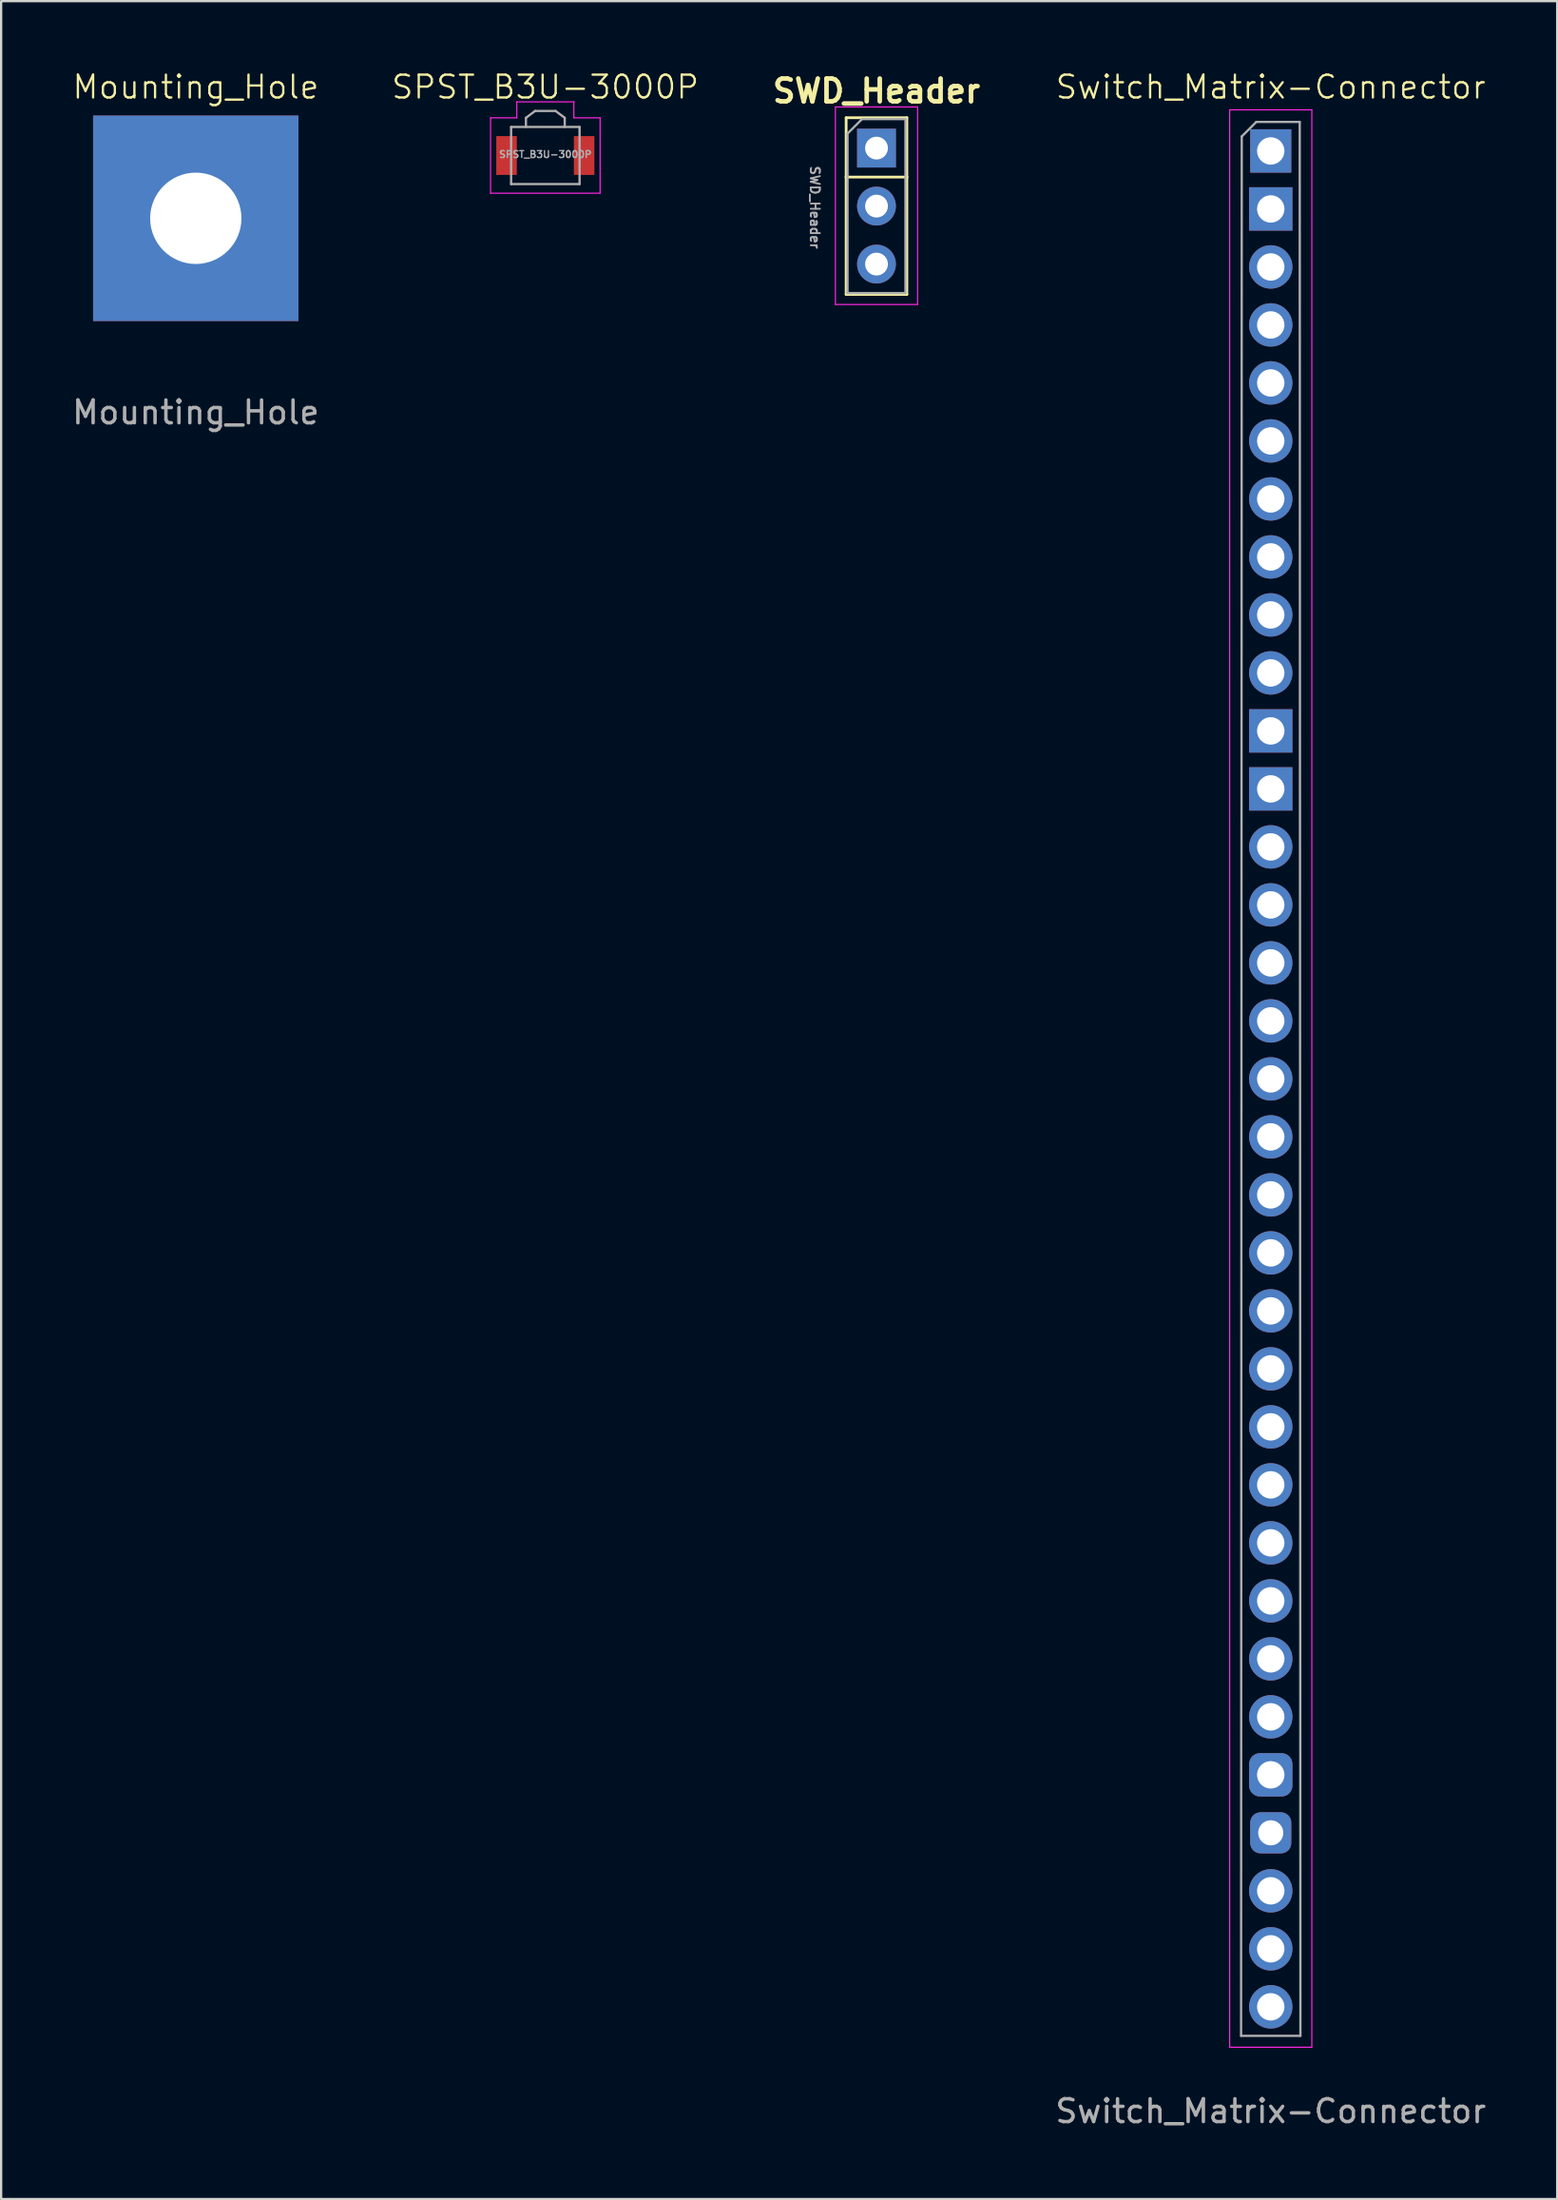
<source format=kicad_pcb>
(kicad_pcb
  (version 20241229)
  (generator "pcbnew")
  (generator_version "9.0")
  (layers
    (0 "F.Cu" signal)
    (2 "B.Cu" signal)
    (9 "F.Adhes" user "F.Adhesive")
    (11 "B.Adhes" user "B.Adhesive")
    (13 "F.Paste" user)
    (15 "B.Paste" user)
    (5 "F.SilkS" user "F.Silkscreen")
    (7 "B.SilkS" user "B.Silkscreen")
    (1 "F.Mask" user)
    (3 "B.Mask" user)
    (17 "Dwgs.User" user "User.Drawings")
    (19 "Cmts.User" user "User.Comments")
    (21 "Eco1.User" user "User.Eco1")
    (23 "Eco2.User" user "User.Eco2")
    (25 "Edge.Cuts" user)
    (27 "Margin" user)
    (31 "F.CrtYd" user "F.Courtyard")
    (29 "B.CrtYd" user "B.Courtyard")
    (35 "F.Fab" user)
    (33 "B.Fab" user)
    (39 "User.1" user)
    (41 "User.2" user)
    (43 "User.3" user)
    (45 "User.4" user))
  (footprint "Switch_Matrix-Connector"
    (layer "F.Cu")
    (at 52.637 3.561)
    (property "Reference" "Switch_Matrix-Connector" (at 0 -2.8 0) (unlocked yes) (layer "F.SilkS") (effects (font (size 1 1) (thickness 0.1))))
    (attr through_hole)
    (fp_line (start -1.8 -1.8) (end -1.8 83.05) (stroke (width 0.05) (type solid)) (layer "F.CrtYd"))
    (fp_line (start -1.8 83.05) (end 1.8 83.05) (stroke (width 0.05) (type solid)) (layer "F.CrtYd"))
    (fp_line (start 1.8 -1.8) (end -1.8 -1.8) (stroke (width 0.05) (type solid)) (layer "F.CrtYd"))
    (fp_line (start 1.8 83.05) (end 1.8 -1.8) (stroke (width 0.05) (type solid)) (layer "F.CrtYd"))
    (fp_line (start -1.3 82.55) (end -1.27 -0.635) (stroke (width 0.1) (type solid)) (layer "F.Fab"))
    (fp_line (start -1.27 -0.635) (end -0.635 -1.27) (stroke (width 0.1) (type solid)) (layer "F.Fab"))
    (fp_line (start -0.635 -1.27) (end 1.27 -1.27) (stroke (width 0.1) (type solid)) (layer "F.Fab"))
    (fp_line (start 1.27 -1.27) (end 1.3 82.55) (stroke (width 0.1) (type solid)) (layer "F.Fab"))
    (fp_line (start 1.3 82.55) (end -1.3 82.55) (stroke (width 0.1) (type solid)) (layer "F.Fab"))
    (fp_text user "${REFERENCE}" (at 0 85.85 180) (layer "F.Fab") (effects (font (size 1 1) (thickness 0.15))))
    (pad "1" thru_hole rect (at 0 0) (size 1.8 1.9) (drill 1.2) (layers "*.Cu" "*.Mask"))
    (pad "2" thru_hole rect (at 0 2.54) (size 1.9 1.9) (drill 1.2) (layers "*.Cu" "*.Mask"))
    (pad "3" thru_hole circle (at 0 5.08) (size 1.9 1.9) (drill 1.2) (layers "*.Cu" "*.Mask"))
    (pad "4" thru_hole circle (at 0 7.62 90) (size 1.9 1.9) (drill 1.2) (layers "*.Cu" "*.Mask"))
    (pad "5" thru_hole circle (at 0 10.16) (size 1.9 1.9) (drill 1.2) (layers "*.Cu" "*.Mask"))
    (pad "6" thru_hole circle (at 0 12.7) (size 1.9 1.9) (drill 1.2) (layers "*.Cu" "*.Mask"))
    (pad "7" thru_hole circle (at 0 15.24) (size 1.9 1.9) (drill 1.2) (layers "*.Cu" "*.Mask"))
    (pad "8" thru_hole circle (at 0 17.78) (size 1.9 1.9) (drill 1.2) (layers "*.Cu" "*.Mask"))
    (pad "9" thru_hole circle (at 0 20.32) (size 1.9 1.9) (drill 1.2) (layers "*.Cu" "*.Mask"))
    (pad "10" thru_hole circle (at 0 22.86) (size 1.9 1.9) (drill 1.2) (layers "*.Cu" "*.Mask"))
    (pad "11" thru_hole rect (at 0 25.4) (size 1.9 1.9) (drill 1.2) (layers "*.Cu" "*.Mask"))
    (pad "12" thru_hole rect (at 0 27.94) (size 1.9 1.9) (drill 1.2) (layers "*.Cu" "*.Mask"))
    (pad "13" thru_hole circle (at 0 30.48) (size 1.9 1.9) (drill 1.2) (layers "*.Cu" "*.Mask"))
    (pad "14" thru_hole circle (at 0 33.02) (size 1.9 1.9) (drill 1.2) (layers "*.Cu" "*.Mask"))
    (pad "15" thru_hole circle (at 0 35.56) (size 1.9 1.9) (drill 1.2) (layers "*.Cu" "*.Mask"))
    (pad "16" thru_hole circle (at 0 38.1) (size 1.9 1.9) (drill 1.2) (layers "*.Cu" "*.Mask"))
    (pad "17" thru_hole circle (at 0 40.64) (size 1.9 1.9) (drill 1.2) (layers "*.Cu" "*.Mask"))
    (pad "18" thru_hole circle (at 0 43.18) (size 1.9 1.9) (drill 1.2) (layers "*.Cu" "*.Mask"))
    (pad "19" thru_hole circle (at 0 45.72) (size 1.9 1.9) (drill 1.2) (layers "*.Cu" "*.Mask"))
    (pad "20" thru_hole circle (at 0 48.26) (size 1.9 1.9) (drill 1.2) (layers "*.Cu" "*.Mask"))
    (pad "21" thru_hole circle (at 0 50.8) (size 1.9 1.9) (drill 1.2) (layers "*.Cu" "*.Mask"))
    (pad "22" thru_hole circle (at 0 53.34) (size 1.9 1.9) (drill 1.2) (layers "*.Cu" "*.Mask"))
    (pad "23" thru_hole circle (at 0 55.88) (size 1.9 1.9) (drill 1.2) (layers "*.Cu" "*.Mask"))
    (pad "24" thru_hole circle (at 0 58.42) (size 1.9 1.9) (drill 1.2) (layers "*.Cu" "*.Mask"))
    (pad "25" thru_hole circle (at 0 60.96) (size 1.9 1.9) (drill 1.2) (layers "*.Cu" "*.Mask"))
    (pad "26" thru_hole circle (at 0 63.5) (size 1.9 1.9) (drill 1.2) (layers "*.Cu" "*.Mask"))
    (pad "27" thru_hole circle (at 0 66.04) (size 1.9 1.9) (drill 1.2) (layers "*.Cu" "*.Mask"))
    (pad "28" thru_hole circle (at 0 68.58) (size 1.9 1.9) (drill 1.2) (layers "*.Cu" "*.Mask"))
    (pad "29" thru_hole roundrect (at 0 71.12) (size 1.9 1.9) (drill 1.2) (layers "*.Cu" "*.Mask") (roundrect_rratio 0.25))
    (pad "30" thru_hole roundrect (at 0 73.66) (size 1.8 1.8) (drill 1.1) (layers "*.Cu" "*.Mask") (roundrect_rratio 0.25))
    (pad "31" thru_hole circle (at 0 76.2) (size 1.9 1.9) (drill 1.2) (layers "*.Cu" "*.Mask"))
    (pad "32" thru_hole circle (at 0 78.74) (size 1.9 1.9) (drill 1.2) (layers "*.Cu" "*.Mask"))
    (pad "33" thru_hole circle (at 0 81.28) (size 1.9 1.9) (drill 1.2) (layers "*.Cu" "*.Mask")))
  (footprint "SWD_Header"
    (layer "F.Cu")
    (at 35.36 3.436)
    (property "Reference" "SWD_Header" (at 0 -2.5 0) (unlocked yes) (layer "F.SilkS") (effects (font (size 1 1) (thickness 0.2))))
    (attr through_hole)
    (fp_line (start -1.33 -1.33) (end -1.33 1.27) (stroke (width 0.12) (type solid)) (layer "F.SilkS"))
    (fp_line (start -1.33 -1.33) (end 1.33 -1.33) (stroke (width 0.12) (type solid)) (layer "F.SilkS"))
    (fp_line (start -1.33 1.27) (end -1.33 6.41) (stroke (width 0.12) (type solid)) (layer "F.SilkS"))
    (fp_line (start -1.33 1.27) (end 1.33 1.27) (stroke (width 0.12) (type solid)) (layer "F.SilkS"))
    (fp_line (start -1.33 6.41) (end 1.33 6.41) (stroke (width 0.12) (type solid)) (layer "F.SilkS"))
    (fp_line (start 1.33 1.27) (end 1.33 -1.33) (stroke (width 0.12) (type solid)) (layer "F.SilkS"))
    (fp_line (start 1.33 1.27) (end 1.33 6.41) (stroke (width 0.12) (type solid)) (layer "F.SilkS"))
    (fp_line (start -1.8 -1.8) (end -1.8 6.85) (stroke (width 0.05) (type solid)) (layer "F.CrtYd"))
    (fp_line (start -1.8 6.85) (end 1.8 6.85) (stroke (width 0.05) (type solid)) (layer "F.CrtYd"))
    (fp_line (start 1.8 -1.8) (end -1.8 -1.8) (stroke (width 0.05) (type solid)) (layer "F.CrtYd"))
    (fp_line (start 1.8 6.85) (end 1.8 -1.8) (stroke (width 0.05) (type solid)) (layer "F.CrtYd"))
    (fp_line (start -1.27 -0.635) (end -0.635 -1.27) (stroke (width 0.1) (type solid)) (layer "F.Fab"))
    (fp_line (start -1.27 6.35) (end -1.27 -0.635) (stroke (width 0.1) (type solid)) (layer "F.Fab"))
    (fp_line (start -0.635 -1.27) (end 1.27 -1.27) (stroke (width 0.1) (type solid)) (layer "F.Fab"))
    (fp_line (start 1.27 -1.27) (end 1.27 6.35) (stroke (width 0.1) (type solid)) (layer "F.Fab"))
    (fp_line (start 1.27 6.35) (end -1.27 6.35) (stroke (width 0.1) (type solid)) (layer "F.Fab"))
    (fp_text user "${REFERENCE}" (at -2.7 2.6 270) (unlocked yes) (layer "F.Fab") (effects (font (size 0.4 0.4) (thickness 0.08))))
    (pad "1" thru_hole rect (at 0 0) (size 1.7 1.7) (drill 1) (layers "*.Cu" "F.Mask"))
    (pad "2" thru_hole oval (at 0 2.54) (size 1.7 1.7) (drill 1) (layers "*.Cu" "F.Mask"))
    (pad "3" thru_hole oval (at 0 5.08) (size 1.7 1.7) (drill 1) (layers "*.Cu" "F.Mask")))
  (footprint "SPST_B3U-3000P"
    (layer "F.Cu")
    (at 20.848 3.711)
    (property "Reference" "SPST_B3U-3000P" (at 0 -2.95 0) (unlocked yes) (layer "F.SilkS") (effects (font (size 1 1) (thickness 0.1))))
    (attr smd)
    (fp_line (start -2.4 -1.6) (end -2.4 1.7) (stroke (width 0.05) (type solid)) (layer "F.CrtYd"))
    (fp_line (start -2.4 1.7) (end 2.4 1.7) (stroke (width 0.05) (type solid)) (layer "F.CrtYd"))
    (fp_line (start -1.25 -2.3) (end 1.25 -2.3) (stroke (width 0.05) (type solid)) (layer "F.CrtYd"))
    (fp_line (start -1.25 -1.6) (end -2.4 -1.6) (stroke (width 0.05) (type solid)) (layer "F.CrtYd"))
    (fp_line (start -1.25 -1.6) (end -1.25 -2.3) (stroke (width 0.05) (type solid)) (layer "F.CrtYd"))
    (fp_line (start 1.25 -2.3) (end 1.25 -1.6) (stroke (width 0.05) (type solid)) (layer "F.CrtYd"))
    (fp_line (start 1.25 -1.6) (end 2.4 -1.6) (stroke (width 0.05) (type solid)) (layer "F.CrtYd"))
    (fp_line (start 2.4 1.7) (end 2.4 -1.6) (stroke (width 0.05) (type solid)) (layer "F.CrtYd"))
    (fp_line (start -1.5 -1.2) (end 1.5 -1.2) (stroke (width 0.1) (type solid)) (layer "F.Fab"))
    (fp_line (start -1.5 1.3) (end -1.5 -1.2) (stroke (width 0.1) (type solid)) (layer "F.Fab"))
    (fp_line (start -0.85 -1.6) (end -0.45 -1.9) (stroke (width 0.1) (type solid)) (layer "F.Fab"))
    (fp_line (start -0.85 -1.2) (end -0.85 -1.6) (stroke (width 0.1) (type solid)) (layer "F.Fab"))
    (fp_line (start -0.45 -1.9) (end 0.45 -1.9) (stroke (width 0.1) (type solid)) (layer "F.Fab"))
    (fp_line (start 0.45 -1.9) (end 0.85 -1.6) (stroke (width 0.1) (type solid)) (layer "F.Fab"))
    (fp_line (start 0.85 -1.6) (end 0.85 -1.2) (stroke (width 0.1) (type solid)) (layer "F.Fab"))
    (fp_line (start 1.5 -1.2) (end 1.5 1.3) (stroke (width 0.1) (type solid)) (layer "F.Fab"))
    (fp_line (start 1.5 1.3) (end -1.5 1.3) (stroke (width 0.1) (type solid)) (layer "F.Fab"))
    (fp_text user "${REFERENCE}" (at 0 0 0) (unlocked yes) (layer "F.Fab") (effects (font (size 0.3 0.3) (thickness 0.06))))
    (pad "1" smd rect (at -1.7 0.05) (size 0.9 1.7) (layers "F.Cu" "F.Mask" "F.Paste"))
    (pad "2" smd rect (at 1.7 0.05) (size 0.9 1.7) (layers "F.Cu" "F.Mask" "F.Paste")))
  (footprint "Mounting_Hole"
    (layer "F.Cu")
    (at 5.53 6.511)
    (property "Reference" "Mounting_Hole" (at 0 -5.75 0) (unlocked yes) (layer "F.SilkS") (effects (font (size 1 1) (thickness 0.1))))
    (attr through_hole)
    (fp_text user "${REFERENCE}" (at 0 8.5 0) (unlocked yes) (layer "F.Fab") (effects (font (size 1 1) (thickness 0.15))))
    (pad "1" thru_hole rect (at 0 0) (size 9 9) (drill 4) (layers "*.Cu" "*.Mask")))
  (gr_rect
    (start -3 -3)
    (end 65.19 93.259)
    (stroke (width 0.1) (type default))
    (fill no)
    (layer "Edge.Cuts")))
</source>
